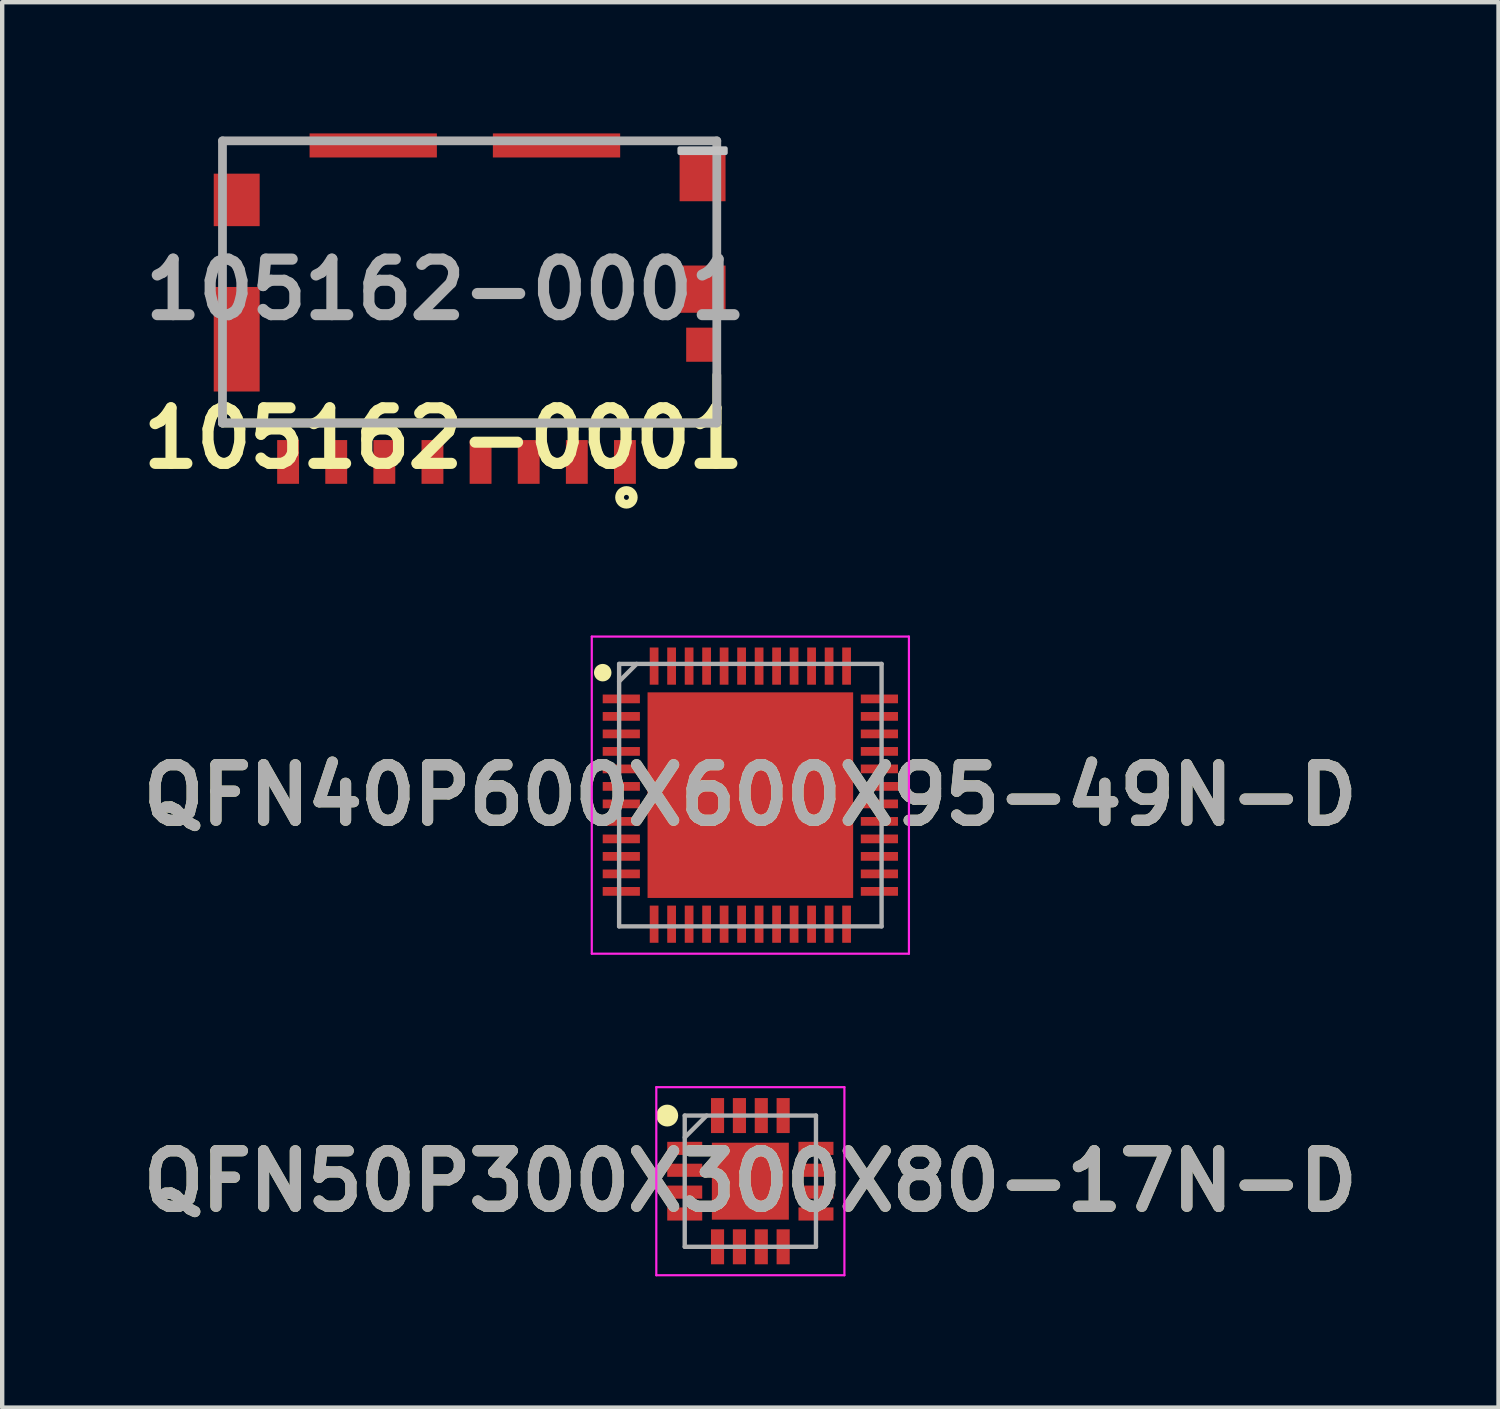
<source format=kicad_pcb>
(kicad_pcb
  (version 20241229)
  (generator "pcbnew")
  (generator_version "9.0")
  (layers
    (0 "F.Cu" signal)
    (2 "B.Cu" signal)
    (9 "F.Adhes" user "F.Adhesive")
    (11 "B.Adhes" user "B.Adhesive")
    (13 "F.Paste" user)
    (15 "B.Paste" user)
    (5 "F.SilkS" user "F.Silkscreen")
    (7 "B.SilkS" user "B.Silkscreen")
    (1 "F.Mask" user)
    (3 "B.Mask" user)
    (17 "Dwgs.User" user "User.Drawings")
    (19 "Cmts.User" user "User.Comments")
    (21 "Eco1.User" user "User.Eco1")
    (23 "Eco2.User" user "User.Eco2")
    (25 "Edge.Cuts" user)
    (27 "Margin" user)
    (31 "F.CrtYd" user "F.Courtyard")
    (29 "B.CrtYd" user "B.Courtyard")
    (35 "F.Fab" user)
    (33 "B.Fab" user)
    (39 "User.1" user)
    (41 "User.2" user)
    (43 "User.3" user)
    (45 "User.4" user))
  (footprint "QFN40P600X600X95-49N-D"
    (layer "F.Cu")
    (at 14.103 15.127)
    (property "Reference" "QFN40P600X600X95-49N-D" (at 0 0 0) (layer "F.SilkS") (effects (font (size 1.27 1.27) (thickness 0.254))))
    (attr smd)
    (fp_circle (center -3.375 -2.8) (end -3.375 -2.7) (stroke (width 0.2) (type solid)) (fill no) (layer "F.SilkS"))
    (fp_line (start -3.625 -3.625) (end 3.625 -3.625) (stroke (width 0.05) (type solid)) (layer "F.CrtYd"))
    (fp_line (start -3.625 3.625) (end -3.625 -3.625) (stroke (width 0.05) (type solid)) (layer "F.CrtYd"))
    (fp_line (start 3.625 -3.625) (end 3.625 3.625) (stroke (width 0.05) (type solid)) (layer "F.CrtYd"))
    (fp_line (start 3.625 3.625) (end -3.625 3.625) (stroke (width 0.05) (type solid)) (layer "F.CrtYd"))
    (fp_line (start -3 -3) (end 3 -3) (stroke (width 0.1) (type solid)) (layer "F.Fab"))
    (fp_line (start -3 -2.6) (end -2.6 -3) (stroke (width 0.1) (type solid)) (layer "F.Fab"))
    (fp_line (start -3 3) (end -3 -3) (stroke (width 0.1) (type solid)) (layer "F.Fab"))
    (fp_line (start 3 -3) (end 3 3) (stroke (width 0.1) (type solid)) (layer "F.Fab"))
    (fp_line (start 3 3) (end -3 3) (stroke (width 0.1) (type solid)) (layer "F.Fab"))
    (fp_text user "${REFERENCE}" (at 0 0 0) (layer "F.Fab") (effects (font (size 1.27 1.27) (thickness 0.254))))
    (pad "1" smd rect (at -2.95 -2.2 90) (size 0.2 0.85) (layers "F.Cu" "F.Mask" "F.Paste"))
    (pad "2" smd rect (at -2.95 -1.8 90) (size 0.2 0.85) (layers "F.Cu" "F.Mask" "F.Paste"))
    (pad "3" smd rect (at -2.95 -1.4 90) (size 0.2 0.85) (layers "F.Cu" "F.Mask" "F.Paste"))
    (pad "4" smd rect (at -2.95 -1 90) (size 0.2 0.85) (layers "F.Cu" "F.Mask" "F.Paste"))
    (pad "5" smd rect (at -2.95 -0.6 90) (size 0.2 0.85) (layers "F.Cu" "F.Mask" "F.Paste"))
    (pad "6" smd rect (at -2.95 -0.2 90) (size 0.2 0.85) (layers "F.Cu" "F.Mask" "F.Paste"))
    (pad "7" smd rect (at -2.95 0.2 90) (size 0.2 0.85) (layers "F.Cu" "F.Mask" "F.Paste"))
    (pad "8" smd rect (at -2.95 0.6 90) (size 0.2 0.85) (layers "F.Cu" "F.Mask" "F.Paste"))
    (pad "9" smd rect (at -2.95 1 90) (size 0.2 0.85) (layers "F.Cu" "F.Mask" "F.Paste"))
    (pad "10" smd rect (at -2.95 1.4 90) (size 0.2 0.85) (layers "F.Cu" "F.Mask" "F.Paste"))
    (pad "11" smd rect (at -2.95 1.8 90) (size 0.2 0.85) (layers "F.Cu" "F.Mask" "F.Paste"))
    (pad "12" smd rect (at -2.95 2.2 90) (size 0.2 0.85) (layers "F.Cu" "F.Mask" "F.Paste"))
    (pad "13" smd rect (at -2.2 2.95) (size 0.2 0.85) (layers "F.Cu" "F.Mask" "F.Paste"))
    (pad "14" smd rect (at -1.8 2.95) (size 0.2 0.85) (layers "F.Cu" "F.Mask" "F.Paste"))
    (pad "15" smd rect (at -1.4 2.95) (size 0.2 0.85) (layers "F.Cu" "F.Mask" "F.Paste"))
    (pad "16" smd rect (at -1 2.95) (size 0.2 0.85) (layers "F.Cu" "F.Mask" "F.Paste"))
    (pad "17" smd rect (at -0.6 2.95) (size 0.2 0.85) (layers "F.Cu" "F.Mask" "F.Paste"))
    (pad "18" smd rect (at -0.2 2.95) (size 0.2 0.85) (layers "F.Cu" "F.Mask" "F.Paste"))
    (pad "19" smd rect (at 0.2 2.95) (size 0.2 0.85) (layers "F.Cu" "F.Mask" "F.Paste"))
    (pad "20" smd rect (at 0.6 2.95) (size 0.2 0.85) (layers "F.Cu" "F.Mask" "F.Paste"))
    (pad "21" smd rect (at 1 2.95) (size 0.2 0.85) (layers "F.Cu" "F.Mask" "F.Paste"))
    (pad "22" smd rect (at 1.4 2.95) (size 0.2 0.85) (layers "F.Cu" "F.Mask" "F.Paste"))
    (pad "23" smd rect (at 1.8 2.95) (size 0.2 0.85) (layers "F.Cu" "F.Mask" "F.Paste"))
    (pad "24" smd rect (at 2.2 2.95) (size 0.2 0.85) (layers "F.Cu" "F.Mask" "F.Paste"))
    (pad "25" smd rect (at 2.95 2.2 90) (size 0.2 0.85) (layers "F.Cu" "F.Mask" "F.Paste"))
    (pad "26" smd rect (at 2.95 1.8 90) (size 0.2 0.85) (layers "F.Cu" "F.Mask" "F.Paste"))
    (pad "27" smd rect (at 2.95 1.4 90) (size 0.2 0.85) (layers "F.Cu" "F.Mask" "F.Paste"))
    (pad "28" smd rect (at 2.95 1 90) (size 0.2 0.85) (layers "F.Cu" "F.Mask" "F.Paste"))
    (pad "29" smd rect (at 2.95 0.6 90) (size 0.2 0.85) (layers "F.Cu" "F.Mask" "F.Paste"))
    (pad "30" smd rect (at 2.95 0.2 90) (size 0.2 0.85) (layers "F.Cu" "F.Mask" "F.Paste"))
    (pad "31" smd rect (at 2.95 -0.2 90) (size 0.2 0.85) (layers "F.Cu" "F.Mask" "F.Paste"))
    (pad "32" smd rect (at 2.95 -0.6 90) (size 0.2 0.85) (layers "F.Cu" "F.Mask" "F.Paste"))
    (pad "33" smd rect (at 2.95 -1 90) (size 0.2 0.85) (layers "F.Cu" "F.Mask" "F.Paste"))
    (pad "34" smd rect (at 2.95 -1.4 90) (size 0.2 0.85) (layers "F.Cu" "F.Mask" "F.Paste"))
    (pad "35" smd rect (at 2.95 -1.8 90) (size 0.2 0.85) (layers "F.Cu" "F.Mask" "F.Paste"))
    (pad "36" smd rect (at 2.95 -2.2 90) (size 0.2 0.85) (layers "F.Cu" "F.Mask" "F.Paste"))
    (pad "37" smd rect (at 2.2 -2.95) (size 0.2 0.85) (layers "F.Cu" "F.Mask" "F.Paste"))
    (pad "38" smd rect (at 1.8 -2.95) (size 0.2 0.85) (layers "F.Cu" "F.Mask" "F.Paste"))
    (pad "39" smd rect (at 1.4 -2.95) (size 0.2 0.85) (layers "F.Cu" "F.Mask" "F.Paste"))
    (pad "40" smd rect (at 1 -2.95) (size 0.2 0.85) (layers "F.Cu" "F.Mask" "F.Paste"))
    (pad "41" smd rect (at 0.6 -2.95) (size 0.2 0.85) (layers "F.Cu" "F.Mask" "F.Paste"))
    (pad "42" smd rect (at 0.2 -2.95) (size 0.2 0.85) (layers "F.Cu" "F.Mask" "F.Paste"))
    (pad "43" smd rect (at -0.2 -2.95) (size 0.2 0.85) (layers "F.Cu" "F.Mask" "F.Paste"))
    (pad "44" smd rect (at -0.6 -2.95) (size 0.2 0.85) (layers "F.Cu" "F.Mask" "F.Paste"))
    (pad "45" smd rect (at -1 -2.95) (size 0.2 0.85) (layers "F.Cu" "F.Mask" "F.Paste"))
    (pad "46" smd rect (at -1.4 -2.95) (size 0.2 0.85) (layers "F.Cu" "F.Mask" "F.Paste"))
    (pad "47" smd rect (at -1.8 -2.95) (size 0.2 0.85) (layers "F.Cu" "F.Mask" "F.Paste"))
    (pad "48" smd rect (at -2.2 -2.95) (size 0.2 0.85) (layers "F.Cu" "F.Mask" "F.Paste"))
    (pad "49" smd rect (at 0 0) (size 4.7 4.7) (layers "F.Cu" "F.Mask" "F.Paste")))
  (footprint "105162-0001"
    (layer "F.Cu")
    (at 7.637 3.569)
    (property "Reference" "105162-0001" (at -0.549 3.399 0) (layer "F.SilkS") (effects (font (size 1.27 1.27) (thickness 0.254))))
    (attr smd)
    (fp_line (start -5.601 3.051) (end -5.601 2.629) (stroke (width 0.2) (type solid)) (layer "F.SilkS"))
    (fp_line (start -5.601 3.051) (end 5.699 3.051) (stroke (width 0.2) (type solid)) (layer "F.SilkS"))
    (fp_line (start 5.699 3.051) (end 5.699 1.956) (stroke (width 0.2) (type solid)) (layer "F.SilkS"))
    (fp_circle (center 3.633 4.751) (end 3.633 4.808) (stroke (width 0.2) (type solid)) (fill no) (layer "F.SilkS"))
    (fp_rect (start 4.849 -3.224) (end 5.899 -3.124) (stroke (width 0.1) (type solid)) (fill no) (layer "Dwgs.User"))
    (fp_line (start -5.601 -3.399) (end 5.699 -3.399) (stroke (width 0.2) (type solid)) (layer "F.Fab"))
    (fp_line (start -5.601 3.051) (end -5.601 -3.399) (stroke (width 0.2) (type solid)) (layer "F.Fab"))
    (fp_line (start 5.699 -3.399) (end 5.699 3.051) (stroke (width 0.2) (type solid)) (layer "F.Fab"))
    (fp_line (start 5.699 3.051) (end -5.601 3.051) (stroke (width 0.2) (type solid)) (layer "F.Fab"))
    (fp_text user "${REFERENCE}" (at -0.5 0 0) (layer "F.Fab") (effects (font (size 1.27 1.27) (thickness 0.254))))
    (pad "1" smd rect (at 3.599 3.941) (size 0.5 1) (layers "F.Cu" "F.Mask" "F.Paste"))
    (pad "2" smd rect (at 2.499 3.941) (size 0.5 1) (layers "F.Cu" "F.Mask" "F.Paste"))
    (pad "3" smd rect (at 1.399 3.941) (size 0.5 1) (layers "F.Cu" "F.Mask" "F.Paste"))
    (pad "4" smd rect (at 0.299 3.941) (size 0.5 1) (layers "F.Cu" "F.Mask" "F.Paste"))
    (pad "5" smd rect (at -0.801 3.941) (size 0.5 1) (layers "F.Cu" "F.Mask" "F.Paste"))
    (pad "6" smd rect (at -1.901 3.941) (size 0.5 1) (layers "F.Cu" "F.Mask" "F.Paste"))
    (pad "7" smd rect (at -3.001 3.941) (size 0.5 1) (layers "F.Cu" "F.Mask" "F.Paste"))
    (pad "8" smd rect (at -4.101 3.941) (size 0.5 1) (layers "F.Cu" "F.Mask" "F.Paste"))
    (pad "9" smd rect (at 5.359 1.261) (size 0.72 0.78) (layers "F.Cu" "F.Mask" "F.Paste"))
    (pad "10" smd rect (at 5.374 -0.009) (size 1.05 1.08) (layers "F.Cu" "F.Mask" "F.Paste"))
    (pad "11" smd rect (at 5.374 -2.571) (size 1.05 1.105) (layers "F.Cu" "F.Mask" "F.Paste"))
    (pad "12" smd rect (at -5.276 -2.049) (size 1.05 1.2) (layers "F.Cu" "F.Mask" "F.Paste"))
    (pad "13" smd rect (at -5.276 1.136) (size 1.05 2.39) (layers "F.Cu" "F.Mask" "F.Paste"))
    (pad "14" smd rect (at 2.035 -3.294 90) (size 0.55 2.91) (layers "F.Cu" "F.Mask" "F.Paste"))
    (pad "15" smd rect (at -2.155 -3.294 90) (size 0.55 2.91) (layers "F.Cu" "F.Mask" "F.Paste")))
  (footprint "QFN50P300X300X80-17N-D"
    (layer "F.Cu")
    (at 14.103 23.952)
    (property "Reference" "QFN50P300X300X80-17N-D" (at 0 0 0) (layer "F.SilkS") (effects (font (size 1.27 1.27) (thickness 0.254))))
    (attr smd)
    (fp_circle (center -1.9 -1.5) (end -1.9 -1.375) (stroke (width 0.25) (type solid)) (fill no) (layer "F.SilkS"))
    (fp_line (start -2.15 -2.15) (end 2.15 -2.15) (stroke (width 0.05) (type solid)) (layer "F.CrtYd"))
    (fp_line (start -2.15 2.15) (end -2.15 -2.15) (stroke (width 0.05) (type solid)) (layer "F.CrtYd"))
    (fp_line (start 2.15 -2.15) (end 2.15 2.15) (stroke (width 0.05) (type solid)) (layer "F.CrtYd"))
    (fp_line (start 2.15 2.15) (end -2.15 2.15) (stroke (width 0.05) (type solid)) (layer "F.CrtYd"))
    (fp_line (start -1.5 -1.5) (end 1.5 -1.5) (stroke (width 0.1) (type solid)) (layer "F.Fab"))
    (fp_line (start -1.5 -1) (end -1 -1.5) (stroke (width 0.1) (type solid)) (layer "F.Fab"))
    (fp_line (start -1.5 1.5) (end -1.5 -1.5) (stroke (width 0.1) (type solid)) (layer "F.Fab"))
    (fp_line (start 1.5 -1.5) (end 1.5 1.5) (stroke (width 0.1) (type solid)) (layer "F.Fab"))
    (fp_line (start 1.5 1.5) (end -1.5 1.5) (stroke (width 0.1) (type solid)) (layer "F.Fab"))
    (fp_text user "${REFERENCE}" (at 0 0 0) (layer "F.Fab") (effects (font (size 1.27 1.27) (thickness 0.254))))
    (pad "1" smd rect (at -1.5 -0.75 90) (size 0.3 0.8) (layers "F.Cu" "F.Mask" "F.Paste"))
    (pad "2" smd rect (at -1.5 -0.25 90) (size 0.3 0.8) (layers "F.Cu" "F.Mask" "F.Paste"))
    (pad "3" smd rect (at -1.5 0.25 90) (size 0.3 0.8) (layers "F.Cu" "F.Mask" "F.Paste"))
    (pad "4" smd rect (at -1.5 0.75 90) (size 0.3 0.8) (layers "F.Cu" "F.Mask" "F.Paste"))
    (pad "5" smd rect (at -0.75 1.5) (size 0.3 0.8) (layers "F.Cu" "F.Mask" "F.Paste"))
    (pad "6" smd rect (at -0.25 1.5) (size 0.3 0.8) (layers "F.Cu" "F.Mask" "F.Paste"))
    (pad "7" smd rect (at 0.25 1.5) (size 0.3 0.8) (layers "F.Cu" "F.Mask" "F.Paste"))
    (pad "8" smd rect (at 0.75 1.5) (size 0.3 0.8) (layers "F.Cu" "F.Mask" "F.Paste"))
    (pad "9" smd rect (at 1.5 0.75 90) (size 0.3 0.8) (layers "F.Cu" "F.Mask" "F.Paste"))
    (pad "10" smd rect (at 1.5 0.25 90) (size 0.3 0.8) (layers "F.Cu" "F.Mask" "F.Paste"))
    (pad "11" smd rect (at 1.5 -0.25 90) (size 0.3 0.8) (layers "F.Cu" "F.Mask" "F.Paste"))
    (pad "12" smd rect (at 1.5 -0.75 90) (size 0.3 0.8) (layers "F.Cu" "F.Mask" "F.Paste"))
    (pad "13" smd rect (at 0.75 -1.5) (size 0.3 0.8) (layers "F.Cu" "F.Mask" "F.Paste"))
    (pad "14" smd rect (at 0.25 -1.5) (size 0.3 0.8) (layers "F.Cu" "F.Mask" "F.Paste"))
    (pad "15" smd rect (at -0.25 -1.5) (size 0.3 0.8) (layers "F.Cu" "F.Mask" "F.Paste"))
    (pad "16" smd rect (at -0.75 -1.5) (size 0.3 0.8) (layers "F.Cu" "F.Mask" "F.Paste"))
    (pad "17" smd rect (at 0 0) (size 1.76 1.76) (layers "F.Cu" "F.Mask" "F.Paste")))
  (gr_rect
    (start -3 -3)
    (end 31.206 29.127)
    (stroke (width 0.1) (type default))
    (fill no)
    (layer "Edge.Cuts")))
</source>
